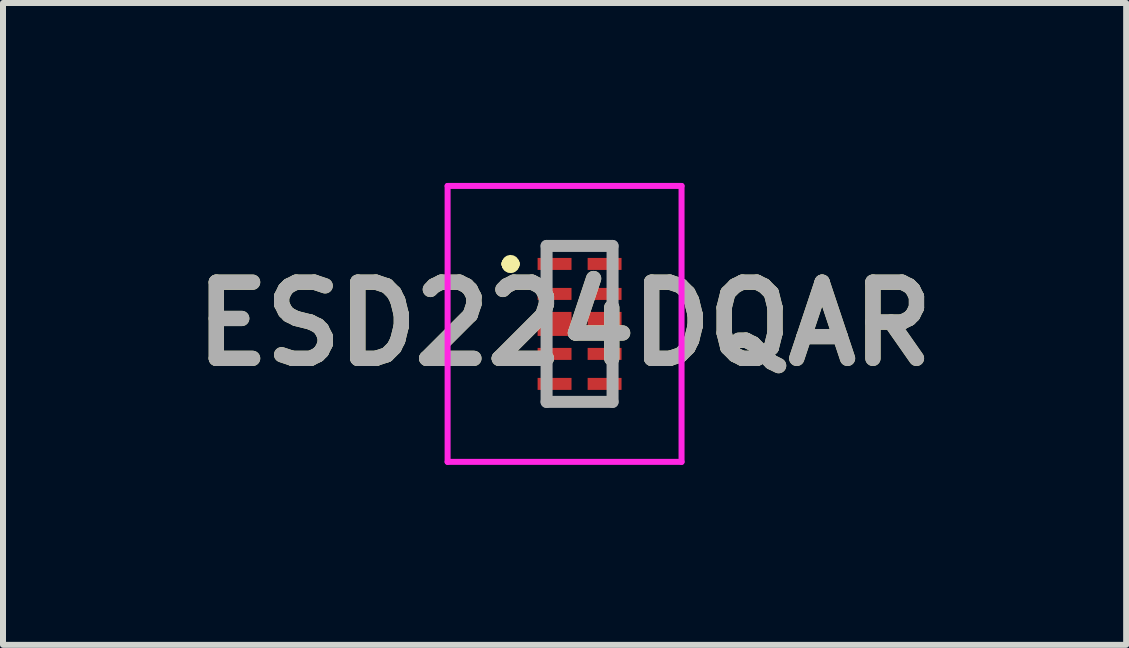
<source format=kicad_pcb>
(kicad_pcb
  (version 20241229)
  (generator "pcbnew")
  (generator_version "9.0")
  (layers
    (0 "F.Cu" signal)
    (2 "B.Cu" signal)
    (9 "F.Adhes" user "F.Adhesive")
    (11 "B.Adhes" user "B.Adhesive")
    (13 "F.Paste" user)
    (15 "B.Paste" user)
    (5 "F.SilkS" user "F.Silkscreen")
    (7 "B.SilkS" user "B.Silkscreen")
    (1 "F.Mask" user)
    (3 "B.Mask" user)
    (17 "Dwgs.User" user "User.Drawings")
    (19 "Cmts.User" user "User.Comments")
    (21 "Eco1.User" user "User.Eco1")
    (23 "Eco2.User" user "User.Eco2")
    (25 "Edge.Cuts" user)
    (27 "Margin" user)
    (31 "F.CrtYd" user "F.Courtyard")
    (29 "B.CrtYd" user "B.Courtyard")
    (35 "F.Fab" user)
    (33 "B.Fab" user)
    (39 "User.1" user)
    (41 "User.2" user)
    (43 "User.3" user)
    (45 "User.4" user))
  (footprint "ESD224DQAR"
    (layer "F.Cu")
    (at 6.612 2.35)
    (property "Reference" "ESD224DQAR" (at -0.25 0 0) (layer "F.SilkS") (effects (font (size 1.27 1.27) (thickness 0.254))))
    (attr smd)
    (fp_line (start -1.2 -1) (end -1.2 -1) (stroke (width 0.2) (type solid)) (layer "F.SilkS"))
    (fp_line (start -1.2 -1) (end -1.2 -1) (stroke (width 0.2) (type solid)) (layer "F.SilkS"))
    (fp_line (start -1.1 -1) (end -1.1 -1) (stroke (width 0.2) (type solid)) (layer "F.SilkS"))
    (fp_arc (start -1.2 -1) (mid -1.15 -1.05) (end -1.1 -1) (stroke (width 0.2) (type solid)) (layer "F.SilkS"))
    (fp_arc (start -1.1 -1) (mid -1.15 -0.95) (end -1.2 -1) (stroke (width 0.2) (type solid)) (layer "F.SilkS"))
    (fp_arc (start -1.1 -1) (mid -1.15 -0.95) (end -1.2 -1) (stroke (width 0.2) (type solid)) (layer "F.SilkS"))
    (fp_line (start -2.2 -2.3) (end 1.7 -2.3) (stroke (width 0.1) (type solid)) (layer "F.CrtYd"))
    (fp_line (start -2.2 2.3) (end -2.2 -2.3) (stroke (width 0.1) (type solid)) (layer "F.CrtYd"))
    (fp_line (start 1.7 -2.3) (end 1.7 2.3) (stroke (width 0.1) (type solid)) (layer "F.CrtYd"))
    (fp_line (start 1.7 2.3) (end -2.2 2.3) (stroke (width 0.1) (type solid)) (layer "F.CrtYd"))
    (fp_line (start -0.55 -1.3) (end -0.55 1.3) (stroke (width 0.2) (type solid)) (layer "F.Fab"))
    (fp_line (start -0.55 1.3) (end 0.55 1.3) (stroke (width 0.2) (type solid)) (layer "F.Fab"))
    (fp_line (start 0.55 -1.3) (end -0.55 -1.3) (stroke (width 0.2) (type solid)) (layer "F.Fab"))
    (fp_line (start 0.55 1.3) (end 0.55 -1.3) (stroke (width 0.2) (type solid)) (layer "F.Fab"))
    (fp_text user "${REFERENCE}" (at -0.25 0 0) (layer "F.Fab") (effects (font (size 1.27 1.27) (thickness 0.254))))
    (pad "1" smd rect (at -0.417 -1 90) (size 0.2 0.565) (layers "F.Cu" "F.Mask" "F.Paste"))
    (pad "2" smd rect (at -0.417 -0.5 90) (size 0.2 0.565) (layers "F.Cu" "F.Mask" "F.Paste"))
    (pad "3" smd rect (at -0.417 0 90) (size 0.4 0.565) (layers "F.Cu" "F.Mask" "F.Paste"))
    (pad "4" smd rect (at -0.417 0.5 90) (size 0.2 0.565) (layers "F.Cu" "F.Mask" "F.Paste"))
    (pad "5" smd rect (at -0.417 1 90) (size 0.2 0.565) (layers "F.Cu" "F.Mask" "F.Paste"))
    (pad "6" smd rect (at 0.417 1 90) (size 0.2 0.565) (layers "F.Cu" "F.Mask" "F.Paste"))
    (pad "7" smd rect (at 0.417 0.5 90) (size 0.2 0.565) (layers "F.Cu" "F.Mask" "F.Paste"))
    (pad "8" smd rect (at 0.417 0 90) (size 0.4 0.565) (layers "F.Cu" "F.Mask" "F.Paste"))
    (pad "9" smd rect (at 0.417 -0.5 90) (size 0.2 0.565) (layers "F.Cu" "F.Mask" "F.Paste"))
    (pad "10" smd rect (at 0.417 -1 90) (size 0.2 0.565) (layers "F.Cu" "F.Mask" "F.Paste")))
  (gr_rect
    (start -3 -3)
    (end 15.724 7.7)
    (stroke (width 0.1) (type default))
    (fill no)
    (layer "Edge.Cuts")))
</source>
